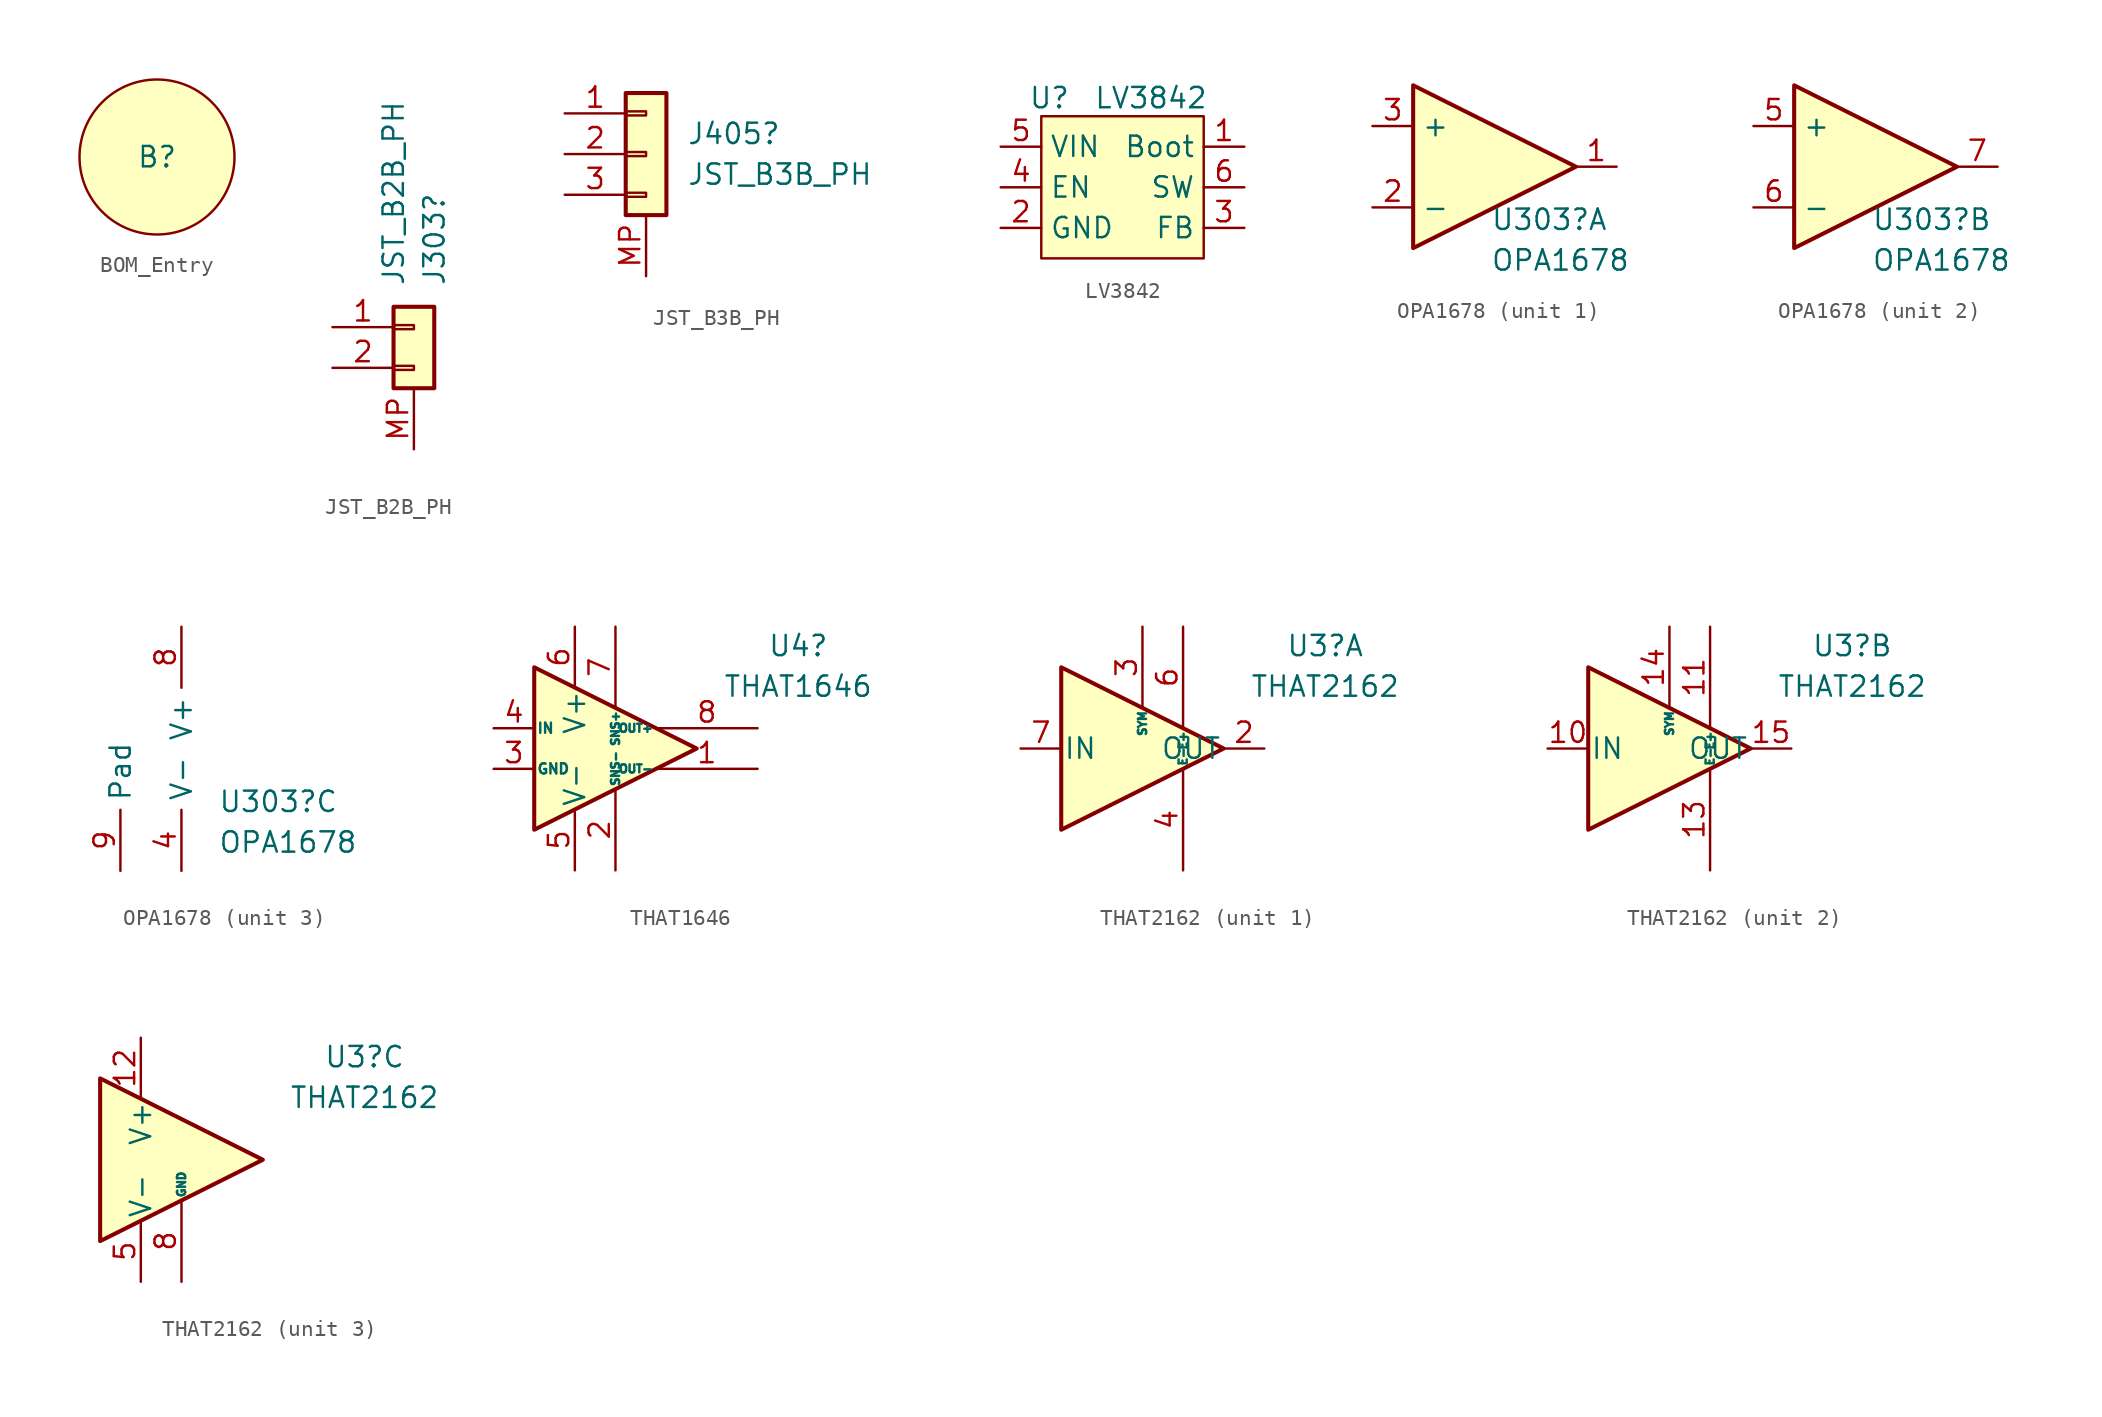
<source format=kicad_sym>
(kicad_symbol_lib
  (version 20241209)
  (generator "kicad_symbol_editor")
  (generator_version "9.0")
  (symbol "BOM_Entry"
    (property "Reference" "B"
      (at 0 0 0)
      (effects (font (size 1.27 1.27))))
    (property "Value" ""
      (at 0 0 0)
      (effects (font (size 1.27 1.27))))
    (property "Description" ""
      (at 0 0 0)
      (effects (font (size 1.27 1.27))))
    (symbol "BOM_Entry_1_1"
      (circle (center 0 0) (radius 4.836) (stroke (width 0) (type solid)) (fill (type background)))))
  (symbol "JST_B2B_PH"
    (pin_names
      (offset 1.016)
      (hide yes))
    (property "Reference" "J303"
      (at 1.27 2.54 90)
      (effects (font (size 1.27 1.27)) (justify left)))
    (property "Value" "JST_B2B_PH"
      (at -1.27 2.54 90)
      (effects (font (size 1.27 1.27)) (justify left)))
    (symbol "JST_B2B_PH_1_1"
      (rectangle (start -1.27 1.27) (end 1.27 -3.81) (stroke (width 0.254) (type default)) (fill (type background)))
      (rectangle (start -1.27 0.127) (end 0 -0.127) (stroke (width 0.152) (type default)) (fill (type none)))
      (rectangle (start -1.27 -2.413) (end 0 -2.667) (stroke (width 0.152) (type default)) (fill (type none)))
      (pin passive line (at -5.08 0 0) (length 3.81) (name "Pin_1" (effects (font (size 1.27 1.27)))) (number "1" (effects (font (size 1.27 1.27)))))
      (pin passive line (at -5.08 -2.54 0) (length 3.81) (name "Pin_2" (effects (font (size 1.27 1.27)))) (number "2" (effects (font (size 1.27 1.27)))))
      (pin passive line (at 0 -7.62 90) (length 3.81) (name "MP" (effects (font (size 1.27 1.27)))) (number "MP" (effects (font (size 1.27 1.27)))))))
  (symbol "JST_B3B_PH"
    (pin_names
      (offset 1.016)
      (hide yes))
    (property "Reference" "J405"
      (at 2.54 1.27 0)
      (effects (font (size 1.27 1.27)) (justify left)))
    (property "Value" "JST_B3B_PH"
      (at 2.54 -1.27 0)
      (effects (font (size 1.27 1.27)) (justify left)))
    (symbol "JST_B3B_PH_1_1"
      (rectangle (start -1.27 3.81) (end 1.27 -3.81) (stroke (width 0.254) (type default)) (fill (type background)))
      (rectangle (start -1.27 2.667) (end 0 2.413) (stroke (width 0.152) (type default)) (fill (type none)))
      (rectangle (start -1.27 0.127) (end 0 -0.127) (stroke (width 0.152) (type default)) (fill (type none)))
      (rectangle (start -1.27 -2.413) (end 0 -2.667) (stroke (width 0.152) (type default)) (fill (type none)))
      (pin passive line (at -5.08 2.54 0) (length 3.81) (name "Pin_1" (effects (font (size 1.27 1.27)))) (number "1" (effects (font (size 1.27 1.27)))))
      (pin passive line (at -5.08 0 0) (length 3.81) (name "Pin_2" (effects (font (size 1.27 1.27)))) (number "2" (effects (font (size 1.27 1.27)))))
      (pin passive line (at -5.08 -2.54 0) (length 3.81) (name "Pin_3" (effects (font (size 1.27 1.27)))) (number "3" (effects (font (size 1.27 1.27)))))
      (pin passive line (at 0 -7.62 90) (length 3.81) (name "Pin_3" (effects (font (size 1.27 1.27)))) (number "MP" (effects (font (size 1.27 1.27)))))))
  (symbol "LV3842"
    (property "Reference" "U"
      (at -4.572 5.588 0)
      (effects (font (size 1.27 1.27))))
    (property "Value" "LV3842"
      (at 1.778 5.588 0)
      (effects (font (size 1.27 1.27))))
    (symbol "LV3842_1_1"
      (rectangle (start -5.08 4.445) (end 5.08 -4.445) (stroke (width 0) (type solid)) (fill (type background)))
      (pin power_in line (at -7.62 2.54 0) (length 2.54) (name "VIN" (effects (font (size 1.27 1.27)))) (number "5" (effects (font (size 1.27 1.27)))))
      (pin input line (at -7.62 0 0) (length 2.54) (name "EN" (effects (font (size 1.27 1.27)))) (number "4" (effects (font (size 1.27 1.27)))))
      (pin power_in line (at -7.62 -2.54 0) (length 2.54) (name "GND" (effects (font (size 1.27 1.27)))) (number "2" (effects (font (size 1.27 1.27)))))
      (pin power_in line (at 7.62 2.54 180) (length 2.54) (name "Boot" (effects (font (size 1.27 1.27)))) (number "1" (effects (font (size 1.27 1.27)))))
      (pin power_out line (at 7.62 0 180) (length 2.54) (name "SW" (effects (font (size 1.27 1.27)))) (number "6" (effects (font (size 1.27 1.27)))))
      (pin input line (at 7.62 -2.54 180) (length 2.54) (name "FB" (effects (font (size 1.27 1.27)))) (number "3" (effects (font (size 1.27 1.27)))))))
  (symbol "OPA1678"
    (property "Reference" "U303"
      (at -0.254 -3.302 0)
      (effects (font (size 1.27 1.27)) (justify left)))
    (property "Value" "OPA1678"
      (at -0.254 -5.842 0)
      (effects (font (size 1.27 1.27)) (justify left)))
    (property "Manufacturer_Name" ""
      (at 0 0 0)
      (effects (font (size 1.27 1.27))))
    (property "Manufacturer_Part_Number" ""
      (at 0 0 0)
      (effects (font (size 1.27 1.27))))
    (property "Mouser Part#" ""
      (at 0 0 0)
      (effects (font (size 1.27 1.27))))
    (property "Mouser Price/Stock" ""
      (at 0 0 0)
      (effects (font (size 1.27 1.27))))
    (property "ki_locked" ""
      (at 0 0 0)
      (effects (font (size 1.27 1.27))))
    (symbol "OPA1678_1_1"
      (polyline (pts (xy -5.08 5.08) (xy 5.08 0) (xy -5.08 -5.08) (xy -5.08 5.08)) (stroke (width 0.254) (type default)) (fill (type background)))
      (pin input line (at -7.62 2.54 0) (length 2.54) (name "+" (effects (font (size 1.27 1.27)))) (number "3" (effects (font (size 1.27 1.27)))))
      (pin input line (at -7.62 -2.54 0) (length 2.54) (name "-" (effects (font (size 1.27 1.27)))) (number "2" (effects (font (size 1.27 1.27)))))
      (pin output line (at 7.62 0 180) (length 2.54) (name "~" (effects (font (size 1.27 1.27)))) (number "1" (effects (font (size 1.27 1.27))))))
    (symbol "OPA1678_2_1"
      (polyline (pts (xy -5.08 5.08) (xy 5.08 0) (xy -5.08 -5.08) (xy -5.08 5.08)) (stroke (width 0.254) (type default)) (fill (type background)))
      (pin input line (at -7.62 2.54 0) (length 2.54) (name "+" (effects (font (size 1.27 1.27)))) (number "5" (effects (font (size 1.27 1.27)))))
      (pin input line (at -7.62 -2.54 0) (length 2.54) (name "-" (effects (font (size 1.27 1.27)))) (number "6" (effects (font (size 1.27 1.27)))))
      (pin output line (at 7.62 0 180) (length 2.54) (name "~" (effects (font (size 1.27 1.27)))) (number "7" (effects (font (size 1.27 1.27))))))
    (symbol "OPA1678_3_1"
      (pin power_in line (at -6.35 -7.62 90) (length 3.81) (name "Pad" (effects (font (size 1.27 1.27)))) (number "9" (effects (font (size 1.27 1.27)))))
      (pin power_in line (at -2.54 7.62 270) (length 3.81) (name "V+" (effects (font (size 1.27 1.27)))) (number "8" (effects (font (size 1.27 1.27)))))
      (pin power_in line (at -2.54 -7.62 90) (length 3.81) (name "V-" (effects (font (size 1.27 1.27)))) (number "4" (effects (font (size 1.27 1.27)))))))
  (symbol "THAT1646"
    (pin_names
      (offset 0.127))
    (property "Reference" "U4"
      (at 11.43 6.42 0)
      (effects (font (size 1.27 1.27))))
    (property "Value" "THAT1646"
      (at 11.43 3.88 0)
      (effects (font (size 1.27 1.27))))
    (symbol "THAT1646_0_0"
      (pin power_in line (at -2.54 7.62 270) (length 3.81) (name "V+" (effects (font (size 1.27 1.27)))) (number "6" (effects (font (size 1.27 1.27)))))
      (pin power_in line (at -2.54 -7.62 90) (length 3.81) (name "V-" (effects (font (size 1.27 1.27)))) (number "5" (effects (font (size 1.27 1.27)))))
      (pin power_in line (at 0 -7.62 90) (length 5.08) (name "SNS-" (effects (font (size 0.508 0.508)))) (number "2" (effects (font (size 1.27 1.27))))))
    (symbol "THAT1646_0_1"
      (polyline (pts (xy -5.08 5.08) (xy 5.08 0) (xy -5.08 -5.08) (xy -5.08 5.08)) (stroke (width 0.254) (type default)) (fill (type background))))
    (symbol "THAT1646_1_1"
      (pin input line (at -7.62 1.27 0) (length 2.54) (name "IN" (effects (font (size 0.635 0.635)))) (number "4" (effects (font (size 1.27 1.27)))))
      (pin input line (at -7.62 -1.27 0) (length 2.54) (name "GND" (effects (font (size 0.635 0.635)))) (number "3" (effects (font (size 1.27 1.27)))))
      (pin input line (at 0 7.62 270) (length 5.08) (name "SNS+" (effects (font (size 0.508 0.508)))) (number "7" (effects (font (size 1.27 1.27)))))
      (pin output line (at 8.89 1.27 180) (length 6.35) (name "OUT+" (effects (font (size 0.508 0.508)))) (number "8" (effects (font (size 1.27 1.27)))))
      (pin output line (at 8.89 -1.27 180) (length 6.35) (name "OUT-" (effects (font (size 0.508 0.508)))) (number "1" (effects (font (size 1.27 1.27)))))))
  (symbol "THAT2162"
    (pin_names
      (offset 0.127))
    (property "Reference" "U3"
      (at 11.43 6.42 0)
      (effects (font (size 1.27 1.27))))
    (property "Value" "THAT2162"
      (at 11.43 3.88 0)
      (effects (font (size 1.27 1.27))))
    (symbol "THAT2162_0_1"
      (polyline (pts (xy -5.08 5.08) (xy 5.08 0) (xy -5.08 -5.08) (xy -5.08 5.08)) (stroke (width 0.254) (type default)) (fill (type background))))
    (symbol "THAT2162_1_1"
      (pin input line (at -7.62 0 0) (length 2.54) (name "IN" (effects (font (size 1.27 1.27)))) (number "7" (effects (font (size 1.27 1.27)))))
      (pin input line (at 0 7.62 270) (length 5.08) (name "SYM" (effects (font (size 0.508 0.508)))) (number "3" (effects (font (size 1.27 1.27)))))
      (pin input line (at 2.54 7.62 270) (length 6.35) (name "E+" (effects (font (size 0.508 0.508)))) (number "6" (effects (font (size 1.27 1.27)))))
      (pin input line (at 2.54 -7.62 90) (length 6.35) (name "E-" (effects (font (size 0.508 0.508)))) (number "4" (effects (font (size 1.27 1.27)))))
      (pin output line (at 7.62 0 180) (length 2.54) (name "OUT" (effects (font (size 1.27 1.27)))) (number "2" (effects (font (size 1.27 1.27))))))
    (symbol "THAT2162_2_1"
      (pin input line (at -7.62 0 0) (length 2.54) (name "IN" (effects (font (size 1.27 1.27)))) (number "10" (effects (font (size 1.27 1.27)))))
      (pin input line (at 0 7.62 270) (length 5.08) (name "SYM" (effects (font (size 0.508 0.508)))) (number "14" (effects (font (size 1.27 1.27)))))
      (pin input line (at 2.54 7.62 270) (length 6.35) (name "E+" (effects (font (size 0.508 0.508)))) (number "11" (effects (font (size 1.27 1.27)))))
      (pin input line (at 2.54 -7.62 90) (length 6.35) (name "E-" (effects (font (size 0.508 0.508)))) (number "13" (effects (font (size 1.27 1.27)))))
      (pin output line (at 7.62 0 180) (length 2.54) (name "OUT" (effects (font (size 1.27 1.27)))) (number "15" (effects (font (size 1.27 1.27))))))
    (symbol "THAT2162_3_0"
      (pin power_in line (at -2.54 7.62 270) (length 3.81) (name "V+" (effects (font (size 1.27 1.27)))) (number "12" (effects (font (size 1.27 1.27)))))
      (pin power_in line (at -2.54 -7.62 90) (length 3.81) (name "V-" (effects (font (size 1.27 1.27)))) (number "5" (effects (font (size 1.27 1.27)))))
      (pin power_in line (at 0 -7.62 90) (length 5.08) (name "GND" (effects (font (size 0.508 0.508)))) (number "8" (effects (font (size 1.27 1.27)))))
      (pin no_connect line (at 2.54 -5.08 90) (length 5.08) (hide yes) (name "NC" (effects (font (size 0.508 0.508)))) (number "1" (effects (font (size 1.27 1.27)))))
      (pin no_connect line (at 3.81 -5.08 90) (length 5.08) (hide yes) (name "NC" (effects (font (size 0.508 0.508)))) (number "9" (effects (font (size 1.27 1.27)))))
      (pin no_connect line (at 5.08 -5.08 90) (length 5.08) (hide yes) (name "NC" (effects (font (size 0.508 0.508)))) (number "16" (effects (font (size 1.27 1.27))))))))
</source>
